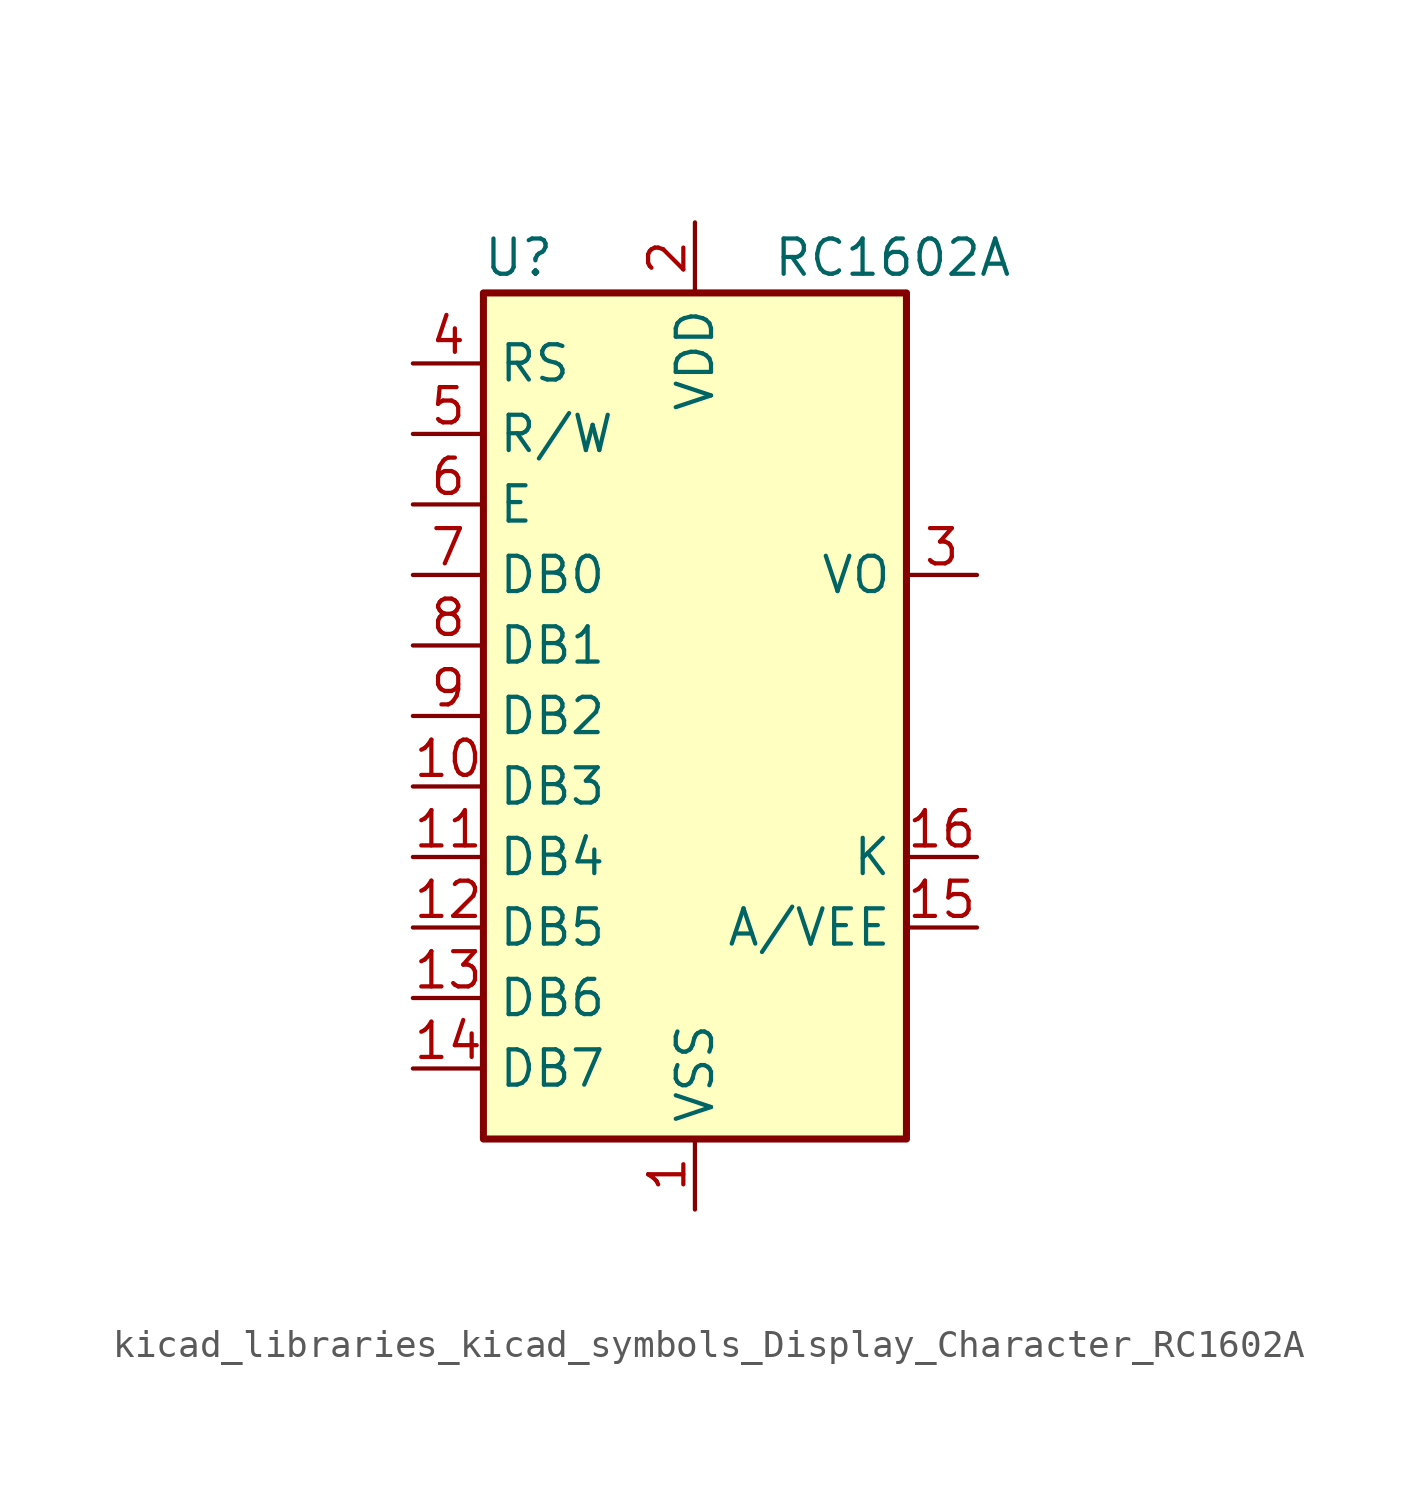
<source format=kicad_sym>
(kicad_symbol_lib
  (version 20220914)
  (generator kicad_symbol_editor)
  (symbol "kicad_libraries_kicad_symbols_Display_Character_RC1602A"
    (property "Reference" "U"
      (at -6.35 16.51 0)
      (effects (font (size 1.27 1.27))))
    (property "Value" "RC1602A"
      (at 2.794 16.51 0)
      (effects (font (size 1.27 1.27)) (justify left)))
    (symbol "kicad_libraries_kicad_symbols_Display_Character_RC1602A_0_1"
      (rectangle (start -7.62 15.24) (end 7.62 -15.24) (stroke (width 0.254) (type default)) (fill (type background))))
    (symbol "kicad_libraries_kicad_symbols_Display_Character_RC1602A_1_1"
      (pin power_in line (at 0 -17.78 90) (length 2.54) (name "VSS" (effects (font (size 1.27 1.27)))) (number "1" (effects (font (size 1.27 1.27)))))
      (pin bidirectional line (at -10.16 -2.54 0) (length 2.54) (name "DB3" (effects (font (size 1.27 1.27)))) (number "10" (effects (font (size 1.27 1.27)))))
      (pin bidirectional line (at -10.16 -5.08 0) (length 2.54) (name "DB4" (effects (font (size 1.27 1.27)))) (number "11" (effects (font (size 1.27 1.27)))))
      (pin bidirectional line (at -10.16 -7.62 0) (length 2.54) (name "DB5" (effects (font (size 1.27 1.27)))) (number "12" (effects (font (size 1.27 1.27)))))
      (pin bidirectional line (at -10.16 -10.16 0) (length 2.54) (name "DB6" (effects (font (size 1.27 1.27)))) (number "13" (effects (font (size 1.27 1.27)))))
      (pin bidirectional line (at -10.16 -12.7 0) (length 2.54) (name "DB7" (effects (font (size 1.27 1.27)))) (number "14" (effects (font (size 1.27 1.27)))))
      (pin power_in line (at 10.16 -7.62 180) (length 2.54) (name "A/VEE" (effects (font (size 1.27 1.27)))) (number "15" (effects (font (size 1.27 1.27)))))
      (pin power_in line (at 10.16 -5.08 180) (length 2.54) (name "K" (effects (font (size 1.27 1.27)))) (number "16" (effects (font (size 1.27 1.27)))))
      (pin power_in line (at 0 17.78 270) (length 2.54) (name "VDD" (effects (font (size 1.27 1.27)))) (number "2" (effects (font (size 1.27 1.27)))))
      (pin power_in line (at 10.16 5.08 180) (length 2.54) (name "VO" (effects (font (size 1.27 1.27)))) (number "3" (effects (font (size 1.27 1.27)))))
      (pin input line (at -10.16 12.7 0) (length 2.54) (name "RS" (effects (font (size 1.27 1.27)))) (number "4" (effects (font (size 1.27 1.27)))))
      (pin input line (at -10.16 10.16 0) (length 2.54) (name "R/W" (effects (font (size 1.27 1.27)))) (number "5" (effects (font (size 1.27 1.27)))))
      (pin input line (at -10.16 7.62 0) (length 2.54) (name "E" (effects (font (size 1.27 1.27)))) (number "6" (effects (font (size 1.27 1.27)))))
      (pin bidirectional line (at -10.16 5.08 0) (length 2.54) (name "DB0" (effects (font (size 1.27 1.27)))) (number "7" (effects (font (size 1.27 1.27)))))
      (pin bidirectional line (at -10.16 2.54 0) (length 2.54) (name "DB1" (effects (font (size 1.27 1.27)))) (number "8" (effects (font (size 1.27 1.27)))))
      (pin bidirectional line (at -10.16 0 0) (length 2.54) (name "DB2" (effects (font (size 1.27 1.27)))) (number "9" (effects (font (size 1.27 1.27))))))))
</source>
